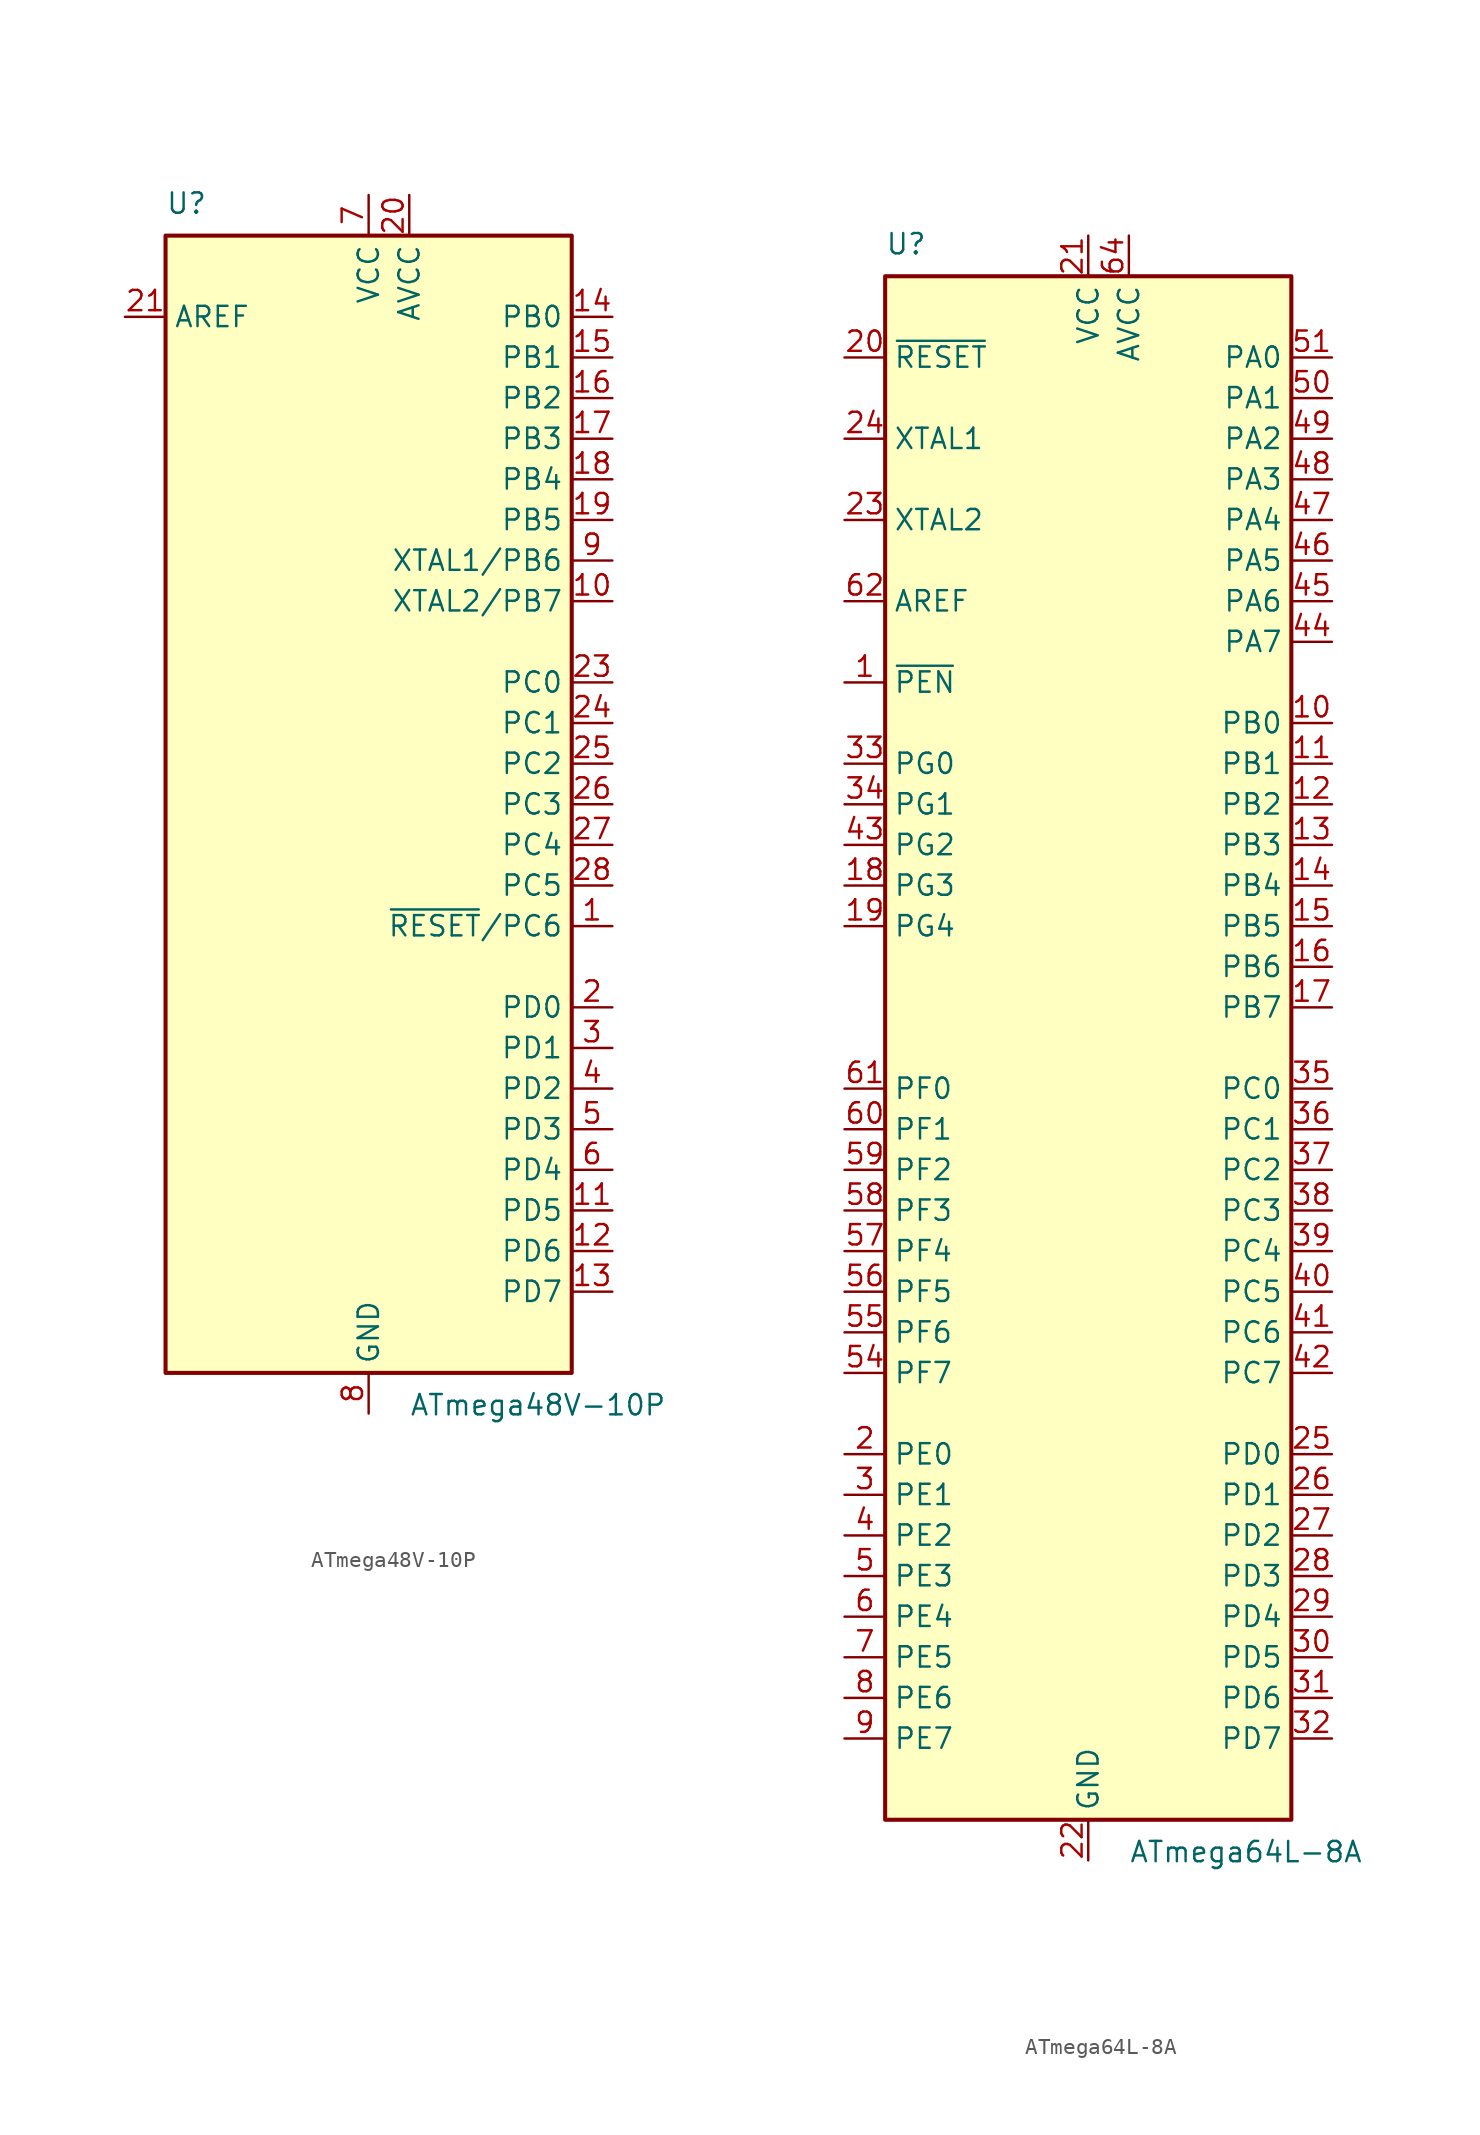
<source format=kicad_sym>
(kicad_symbol_lib
  (version 20201005)
  (generator kicad_symbol_editor)
  (symbol "ATmega48V-10P"
    (property "Reference" "U"
      (at -12.7 36.83 0)
      (effects (font (size 1.27 1.27)) (justify left bottom)))
    (property "Value" "ATmega48V-10P"
      (at 2.54 -36.83 0)
      (effects (font (size 1.27 1.27)) (justify left top)))
    (symbol "ATmega48V-10P_0_1"
      (rectangle (start -12.7 -35.56) (end 12.7 35.56) (stroke (width 0.254)) (fill (type background))))
    (symbol "ATmega48V-10P_1_1"
      (pin bidirectional line (at 15.24 -7.62 180) (length 2.54) (name "~RESET~/PC6" (effects (font (size 1.27 1.27)))) (number "1" (effects (font (size 1.27 1.27)))))
      (pin bidirectional line (at 15.24 12.7 180) (length 2.54) (name "XTAL2/PB7" (effects (font (size 1.27 1.27)))) (number "10" (effects (font (size 1.27 1.27)))))
      (pin bidirectional line (at 15.24 -25.4 180) (length 2.54) (name "PD5" (effects (font (size 1.27 1.27)))) (number "11" (effects (font (size 1.27 1.27)))))
      (pin bidirectional line (at 15.24 -27.94 180) (length 2.54) (name "PD6" (effects (font (size 1.27 1.27)))) (number "12" (effects (font (size 1.27 1.27)))))
      (pin bidirectional line (at 15.24 -30.48 180) (length 2.54) (name "PD7" (effects (font (size 1.27 1.27)))) (number "13" (effects (font (size 1.27 1.27)))))
      (pin bidirectional line (at 15.24 30.48 180) (length 2.54) (name "PB0" (effects (font (size 1.27 1.27)))) (number "14" (effects (font (size 1.27 1.27)))))
      (pin bidirectional line (at 15.24 27.94 180) (length 2.54) (name "PB1" (effects (font (size 1.27 1.27)))) (number "15" (effects (font (size 1.27 1.27)))))
      (pin bidirectional line (at 15.24 25.4 180) (length 2.54) (name "PB2" (effects (font (size 1.27 1.27)))) (number "16" (effects (font (size 1.27 1.27)))))
      (pin bidirectional line (at 15.24 22.86 180) (length 2.54) (name "PB3" (effects (font (size 1.27 1.27)))) (number "17" (effects (font (size 1.27 1.27)))))
      (pin bidirectional line (at 15.24 20.32 180) (length 2.54) (name "PB4" (effects (font (size 1.27 1.27)))) (number "18" (effects (font (size 1.27 1.27)))))
      (pin bidirectional line (at 15.24 17.78 180) (length 2.54) (name "PB5" (effects (font (size 1.27 1.27)))) (number "19" (effects (font (size 1.27 1.27)))))
      (pin bidirectional line (at 15.24 -12.7 180) (length 2.54) (name "PD0" (effects (font (size 1.27 1.27)))) (number "2" (effects (font (size 1.27 1.27)))))
      (pin power_in line (at 2.54 38.1 270) (length 2.54) (name "AVCC" (effects (font (size 1.27 1.27)))) (number "20" (effects (font (size 1.27 1.27)))))
      (pin passive line (at -15.24 30.48 0) (length 2.54) (name "AREF" (effects (font (size 1.27 1.27)))) (number "21" (effects (font (size 1.27 1.27)))))
      (pin passive line (at 0 -38.1 90) (length 2.54) hide (name "GND" (effects (font (size 1.27 1.27)))) (number "22" (effects (font (size 1.27 1.27)))))
      (pin bidirectional line (at 15.24 7.62 180) (length 2.54) (name "PC0" (effects (font (size 1.27 1.27)))) (number "23" (effects (font (size 1.27 1.27)))))
      (pin bidirectional line (at 15.24 5.08 180) (length 2.54) (name "PC1" (effects (font (size 1.27 1.27)))) (number "24" (effects (font (size 1.27 1.27)))))
      (pin bidirectional line (at 15.24 2.54 180) (length 2.54) (name "PC2" (effects (font (size 1.27 1.27)))) (number "25" (effects (font (size 1.27 1.27)))))
      (pin bidirectional line (at 15.24 0 180) (length 2.54) (name "PC3" (effects (font (size 1.27 1.27)))) (number "26" (effects (font (size 1.27 1.27)))))
      (pin bidirectional line (at 15.24 -2.54 180) (length 2.54) (name "PC4" (effects (font (size 1.27 1.27)))) (number "27" (effects (font (size 1.27 1.27)))))
      (pin bidirectional line (at 15.24 -5.08 180) (length 2.54) (name "PC5" (effects (font (size 1.27 1.27)))) (number "28" (effects (font (size 1.27 1.27)))))
      (pin bidirectional line (at 15.24 -15.24 180) (length 2.54) (name "PD1" (effects (font (size 1.27 1.27)))) (number "3" (effects (font (size 1.27 1.27)))))
      (pin bidirectional line (at 15.24 -17.78 180) (length 2.54) (name "PD2" (effects (font (size 1.27 1.27)))) (number "4" (effects (font (size 1.27 1.27)))))
      (pin bidirectional line (at 15.24 -20.32 180) (length 2.54) (name "PD3" (effects (font (size 1.27 1.27)))) (number "5" (effects (font (size 1.27 1.27)))))
      (pin bidirectional line (at 15.24 -22.86 180) (length 2.54) (name "PD4" (effects (font (size 1.27 1.27)))) (number "6" (effects (font (size 1.27 1.27)))))
      (pin power_in line (at 0 38.1 270) (length 2.54) (name "VCC" (effects (font (size 1.27 1.27)))) (number "7" (effects (font (size 1.27 1.27)))))
      (pin power_in line (at 0 -38.1 90) (length 2.54) (name "GND" (effects (font (size 1.27 1.27)))) (number "8" (effects (font (size 1.27 1.27)))))
      (pin bidirectional line (at 15.24 15.24 180) (length 2.54) (name "XTAL1/PB6" (effects (font (size 1.27 1.27)))) (number "9" (effects (font (size 1.27 1.27)))))))
  (symbol "ATmega64L-8A"
    (property "Reference" "U"
      (at -12.7 49.53 0)
      (effects (font (size 1.27 1.27)) (justify left bottom)))
    (property "Value" "ATmega64L-8A"
      (at 2.54 -49.53 0)
      (effects (font (size 1.27 1.27)) (justify left top)))
    (symbol "ATmega64L-8A_0_1"
      (rectangle (start -12.7 -48.26) (end 12.7 48.26) (stroke (width 0.254)) (fill (type background))))
    (symbol "ATmega64L-8A_1_1"
      (pin input line (at -15.24 22.86 0) (length 2.54) (name "~PEN" (effects (font (size 1.27 1.27)))) (number "1" (effects (font (size 1.27 1.27)))))
      (pin bidirectional line (at 15.24 20.32 180) (length 2.54) (name "PB0" (effects (font (size 1.27 1.27)))) (number "10" (effects (font (size 1.27 1.27)))))
      (pin bidirectional line (at 15.24 17.78 180) (length 2.54) (name "PB1" (effects (font (size 1.27 1.27)))) (number "11" (effects (font (size 1.27 1.27)))))
      (pin bidirectional line (at 15.24 15.24 180) (length 2.54) (name "PB2" (effects (font (size 1.27 1.27)))) (number "12" (effects (font (size 1.27 1.27)))))
      (pin bidirectional line (at 15.24 12.7 180) (length 2.54) (name "PB3" (effects (font (size 1.27 1.27)))) (number "13" (effects (font (size 1.27 1.27)))))
      (pin bidirectional line (at 15.24 10.16 180) (length 2.54) (name "PB4" (effects (font (size 1.27 1.27)))) (number "14" (effects (font (size 1.27 1.27)))))
      (pin bidirectional line (at 15.24 7.62 180) (length 2.54) (name "PB5" (effects (font (size 1.27 1.27)))) (number "15" (effects (font (size 1.27 1.27)))))
      (pin bidirectional line (at 15.24 5.08 180) (length 2.54) (name "PB6" (effects (font (size 1.27 1.27)))) (number "16" (effects (font (size 1.27 1.27)))))
      (pin bidirectional line (at 15.24 2.54 180) (length 2.54) (name "PB7" (effects (font (size 1.27 1.27)))) (number "17" (effects (font (size 1.27 1.27)))))
      (pin bidirectional line (at -15.24 10.16 0) (length 2.54) (name "PG3" (effects (font (size 1.27 1.27)))) (number "18" (effects (font (size 1.27 1.27)))))
      (pin bidirectional line (at -15.24 7.62 0) (length 2.54) (name "PG4" (effects (font (size 1.27 1.27)))) (number "19" (effects (font (size 1.27 1.27)))))
      (pin bidirectional line (at -15.24 -25.4 0) (length 2.54) (name "PE0" (effects (font (size 1.27 1.27)))) (number "2" (effects (font (size 1.27 1.27)))))
      (pin input line (at -15.24 43.18 0) (length 2.54) (name "~RESET" (effects (font (size 1.27 1.27)))) (number "20" (effects (font (size 1.27 1.27)))))
      (pin power_in line (at 0 50.8 270) (length 2.54) (name "VCC" (effects (font (size 1.27 1.27)))) (number "21" (effects (font (size 1.27 1.27)))))
      (pin power_in line (at 0 -50.8 90) (length 2.54) (name "GND" (effects (font (size 1.27 1.27)))) (number "22" (effects (font (size 1.27 1.27)))))
      (pin output line (at -15.24 33.02 0) (length 2.54) (name "XTAL2" (effects (font (size 1.27 1.27)))) (number "23" (effects (font (size 1.27 1.27)))))
      (pin input line (at -15.24 38.1 0) (length 2.54) (name "XTAL1" (effects (font (size 1.27 1.27)))) (number "24" (effects (font (size 1.27 1.27)))))
      (pin bidirectional line (at 15.24 -25.4 180) (length 2.54) (name "PD0" (effects (font (size 1.27 1.27)))) (number "25" (effects (font (size 1.27 1.27)))))
      (pin bidirectional line (at 15.24 -27.94 180) (length 2.54) (name "PD1" (effects (font (size 1.27 1.27)))) (number "26" (effects (font (size 1.27 1.27)))))
      (pin bidirectional line (at 15.24 -30.48 180) (length 2.54) (name "PD2" (effects (font (size 1.27 1.27)))) (number "27" (effects (font (size 1.27 1.27)))))
      (pin bidirectional line (at 15.24 -33.02 180) (length 2.54) (name "PD3" (effects (font (size 1.27 1.27)))) (number "28" (effects (font (size 1.27 1.27)))))
      (pin bidirectional line (at 15.24 -35.56 180) (length 2.54) (name "PD4" (effects (font (size 1.27 1.27)))) (number "29" (effects (font (size 1.27 1.27)))))
      (pin bidirectional line (at -15.24 -27.94 0) (length 2.54) (name "PE1" (effects (font (size 1.27 1.27)))) (number "3" (effects (font (size 1.27 1.27)))))
      (pin bidirectional line (at 15.24 -38.1 180) (length 2.54) (name "PD5" (effects (font (size 1.27 1.27)))) (number "30" (effects (font (size 1.27 1.27)))))
      (pin bidirectional line (at 15.24 -40.64 180) (length 2.54) (name "PD6" (effects (font (size 1.27 1.27)))) (number "31" (effects (font (size 1.27 1.27)))))
      (pin bidirectional line (at 15.24 -43.18 180) (length 2.54) (name "PD7" (effects (font (size 1.27 1.27)))) (number "32" (effects (font (size 1.27 1.27)))))
      (pin bidirectional line (at -15.24 17.78 0) (length 2.54) (name "PG0" (effects (font (size 1.27 1.27)))) (number "33" (effects (font (size 1.27 1.27)))))
      (pin bidirectional line (at -15.24 15.24 0) (length 2.54) (name "PG1" (effects (font (size 1.27 1.27)))) (number "34" (effects (font (size 1.27 1.27)))))
      (pin bidirectional line (at 15.24 -2.54 180) (length 2.54) (name "PC0" (effects (font (size 1.27 1.27)))) (number "35" (effects (font (size 1.27 1.27)))))
      (pin bidirectional line (at 15.24 -5.08 180) (length 2.54) (name "PC1" (effects (font (size 1.27 1.27)))) (number "36" (effects (font (size 1.27 1.27)))))
      (pin bidirectional line (at 15.24 -7.62 180) (length 2.54) (name "PC2" (effects (font (size 1.27 1.27)))) (number "37" (effects (font (size 1.27 1.27)))))
      (pin bidirectional line (at 15.24 -10.16 180) (length 2.54) (name "PC3" (effects (font (size 1.27 1.27)))) (number "38" (effects (font (size 1.27 1.27)))))
      (pin bidirectional line (at 15.24 -12.7 180) (length 2.54) (name "PC4" (effects (font (size 1.27 1.27)))) (number "39" (effects (font (size 1.27 1.27)))))
      (pin bidirectional line (at -15.24 -30.48 0) (length 2.54) (name "PE2" (effects (font (size 1.27 1.27)))) (number "4" (effects (font (size 1.27 1.27)))))
      (pin bidirectional line (at 15.24 -15.24 180) (length 2.54) (name "PC5" (effects (font (size 1.27 1.27)))) (number "40" (effects (font (size 1.27 1.27)))))
      (pin bidirectional line (at 15.24 -17.78 180) (length 2.54) (name "PC6" (effects (font (size 1.27 1.27)))) (number "41" (effects (font (size 1.27 1.27)))))
      (pin bidirectional line (at 15.24 -20.32 180) (length 2.54) (name "PC7" (effects (font (size 1.27 1.27)))) (number "42" (effects (font (size 1.27 1.27)))))
      (pin bidirectional line (at -15.24 12.7 0) (length 2.54) (name "PG2" (effects (font (size 1.27 1.27)))) (number "43" (effects (font (size 1.27 1.27)))))
      (pin bidirectional line (at 15.24 25.4 180) (length 2.54) (name "PA7" (effects (font (size 1.27 1.27)))) (number "44" (effects (font (size 1.27 1.27)))))
      (pin bidirectional line (at 15.24 27.94 180) (length 2.54) (name "PA6" (effects (font (size 1.27 1.27)))) (number "45" (effects (font (size 1.27 1.27)))))
      (pin bidirectional line (at 15.24 30.48 180) (length 2.54) (name "PA5" (effects (font (size 1.27 1.27)))) (number "46" (effects (font (size 1.27 1.27)))))
      (pin bidirectional line (at 15.24 33.02 180) (length 2.54) (name "PA4" (effects (font (size 1.27 1.27)))) (number "47" (effects (font (size 1.27 1.27)))))
      (pin bidirectional line (at 15.24 35.56 180) (length 2.54) (name "PA3" (effects (font (size 1.27 1.27)))) (number "48" (effects (font (size 1.27 1.27)))))
      (pin bidirectional line (at 15.24 38.1 180) (length 2.54) (name "PA2" (effects (font (size 1.27 1.27)))) (number "49" (effects (font (size 1.27 1.27)))))
      (pin bidirectional line (at -15.24 -33.02 0) (length 2.54) (name "PE3" (effects (font (size 1.27 1.27)))) (number "5" (effects (font (size 1.27 1.27)))))
      (pin bidirectional line (at 15.24 40.64 180) (length 2.54) (name "PA1" (effects (font (size 1.27 1.27)))) (number "50" (effects (font (size 1.27 1.27)))))
      (pin bidirectional line (at 15.24 43.18 180) (length 2.54) (name "PA0" (effects (font (size 1.27 1.27)))) (number "51" (effects (font (size 1.27 1.27)))))
      (pin passive line (at 0 50.8 270) (length 2.54) hide (name "VCC" (effects (font (size 1.27 1.27)))) (number "52" (effects (font (size 1.27 1.27)))))
      (pin passive line (at 0 -50.8 90) (length 2.54) hide (name "GND" (effects (font (size 1.27 1.27)))) (number "53" (effects (font (size 1.27 1.27)))))
      (pin bidirectional line (at -15.24 -20.32 0) (length 2.54) (name "PF7" (effects (font (size 1.27 1.27)))) (number "54" (effects (font (size 1.27 1.27)))))
      (pin bidirectional line (at -15.24 -17.78 0) (length 2.54) (name "PF6" (effects (font (size 1.27 1.27)))) (number "55" (effects (font (size 1.27 1.27)))))
      (pin bidirectional line (at -15.24 -15.24 0) (length 2.54) (name "PF5" (effects (font (size 1.27 1.27)))) (number "56" (effects (font (size 1.27 1.27)))))
      (pin bidirectional line (at -15.24 -12.7 0) (length 2.54) (name "PF4" (effects (font (size 1.27 1.27)))) (number "57" (effects (font (size 1.27 1.27)))))
      (pin bidirectional line (at -15.24 -10.16 0) (length 2.54) (name "PF3" (effects (font (size 1.27 1.27)))) (number "58" (effects (font (size 1.27 1.27)))))
      (pin bidirectional line (at -15.24 -7.62 0) (length 2.54) (name "PF2" (effects (font (size 1.27 1.27)))) (number "59" (effects (font (size 1.27 1.27)))))
      (pin bidirectional line (at -15.24 -35.56 0) (length 2.54) (name "PE4" (effects (font (size 1.27 1.27)))) (number "6" (effects (font (size 1.27 1.27)))))
      (pin bidirectional line (at -15.24 -5.08 0) (length 2.54) (name "PF1" (effects (font (size 1.27 1.27)))) (number "60" (effects (font (size 1.27 1.27)))))
      (pin bidirectional line (at -15.24 -2.54 0) (length 2.54) (name "PF0" (effects (font (size 1.27 1.27)))) (number "61" (effects (font (size 1.27 1.27)))))
      (pin passive line (at -15.24 27.94 0) (length 2.54) (name "AREF" (effects (font (size 1.27 1.27)))) (number "62" (effects (font (size 1.27 1.27)))))
      (pin passive line (at 0 -50.8 90) (length 2.54) hide (name "GND" (effects (font (size 1.27 1.27)))) (number "63" (effects (font (size 1.27 1.27)))))
      (pin power_in line (at 2.54 50.8 270) (length 2.54) (name "AVCC" (effects (font (size 1.27 1.27)))) (number "64" (effects (font (size 1.27 1.27)))))
      (pin bidirectional line (at -15.24 -38.1 0) (length 2.54) (name "PE5" (effects (font (size 1.27 1.27)))) (number "7" (effects (font (size 1.27 1.27)))))
      (pin bidirectional line (at -15.24 -40.64 0) (length 2.54) (name "PE6" (effects (font (size 1.27 1.27)))) (number "8" (effects (font (size 1.27 1.27)))))
      (pin bidirectional line (at -15.24 -43.18 0) (length 2.54) (name "PE7" (effects (font (size 1.27 1.27)))) (number "9" (effects (font (size 1.27 1.27))))))))
</source>
